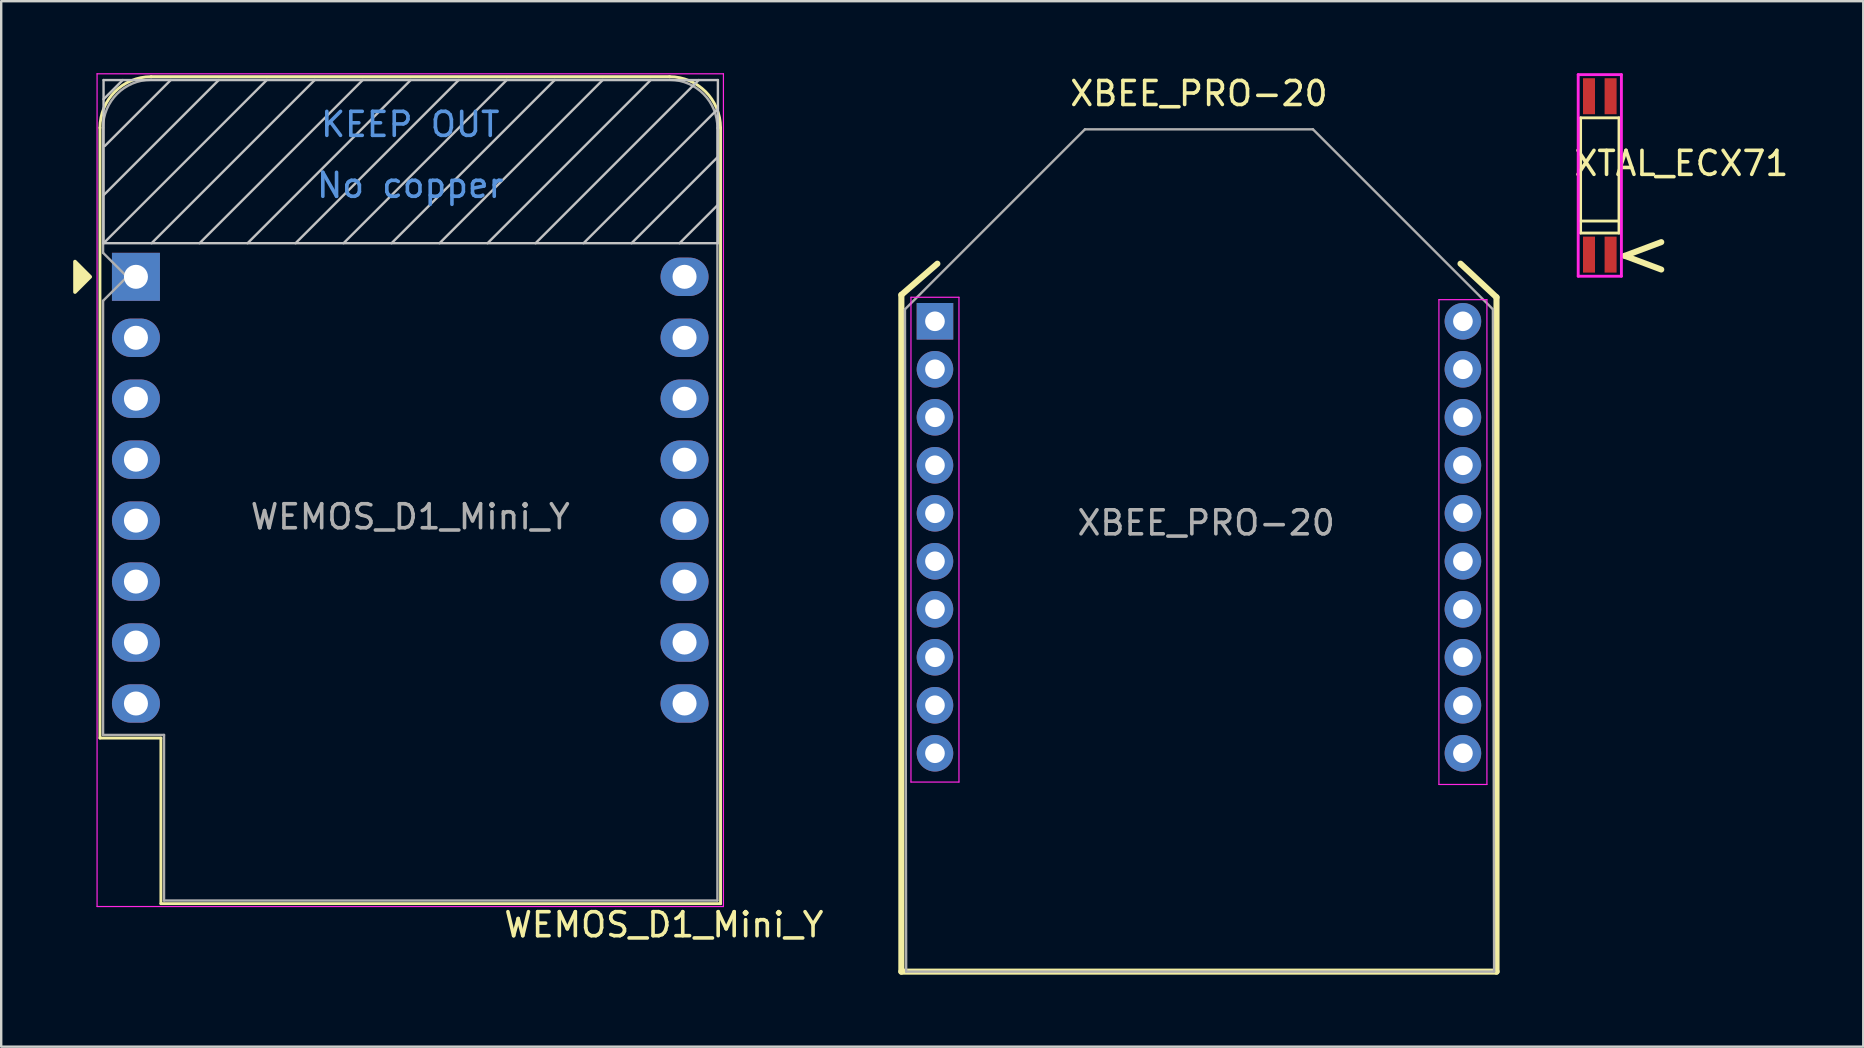
<source format=kicad_pcb>
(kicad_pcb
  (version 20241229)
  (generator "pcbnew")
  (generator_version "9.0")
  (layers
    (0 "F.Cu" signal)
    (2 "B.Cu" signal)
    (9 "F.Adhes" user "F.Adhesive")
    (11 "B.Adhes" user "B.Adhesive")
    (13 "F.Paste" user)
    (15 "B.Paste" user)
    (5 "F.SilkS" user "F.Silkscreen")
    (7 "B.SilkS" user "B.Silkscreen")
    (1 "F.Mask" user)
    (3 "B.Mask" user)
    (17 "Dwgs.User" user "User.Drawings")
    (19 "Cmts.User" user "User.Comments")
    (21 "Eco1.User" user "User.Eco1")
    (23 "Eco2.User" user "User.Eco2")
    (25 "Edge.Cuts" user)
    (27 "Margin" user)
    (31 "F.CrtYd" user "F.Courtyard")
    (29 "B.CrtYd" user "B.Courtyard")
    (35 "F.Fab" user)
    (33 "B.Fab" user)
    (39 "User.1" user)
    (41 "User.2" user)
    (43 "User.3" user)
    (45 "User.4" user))
  (footprint "XTAL_ECX71"
    (layer "F.Cu")
    (at 63.614 4.26)
    (property "Reference" "XTAL_ECX71" (at 3.4 -0.5 0) (layer "F.SilkS") (effects (font (size 1 1) (thickness 0.15))))
    (attr through_hole)
    (fp_line (start -0.8 -2.4) (end 0.8 -2.4) (stroke (width 0.12) (type solid)) (layer "F.SilkS"))
    (fp_line (start -0.8 1.9) (end 0.8 1.9) (stroke (width 0.12) (type solid)) (layer "F.SilkS"))
    (fp_line (start -0.8 2.4) (end -0.8 -2.4) (stroke (width 0.12) (type solid)) (layer "F.SilkS"))
    (fp_line (start 0.8 -2.4) (end 0.8 2.4) (stroke (width 0.12) (type solid)) (layer "F.SilkS"))
    (fp_line (start 0.8 2.4) (end -0.8 2.4) (stroke (width 0.12) (type solid)) (layer "F.SilkS"))
    (fp_line (start -0.9 -4.2) (end -0.9 4.2) (stroke (width 0.12) (type solid)) (layer "F.CrtYd"))
    (fp_line (start -0.9 4.2) (end 0.9 4.2) (stroke (width 0.12) (type solid)) (layer "F.CrtYd"))
    (fp_line (start 0.9 -4.2) (end -0.9 -4.2) (stroke (width 0.12) (type solid)) (layer "F.CrtYd"))
    (fp_line (start 0.9 4.2) (end 0.9 -4.2) (stroke (width 0.12) (type solid)) (layer "F.CrtYd"))
    (fp_text user "<" (at 1.8 3.2 0) (layer "F.SilkS") (effects (font (size 2 2) (thickness 0.25))))
    (pad "1" smd rect (at 0.45 3.3) (size 0.5 1.5) (layers "F.Cu" "F.Mask" "F.Paste"))
    (pad "2" smd rect (at 0.45 -3.3) (size 0.5 1.5) (layers "F.Cu" "F.Mask" "F.Paste"))
    (pad "3" smd rect (at -0.45 -3.3) (size 0.5 1.5) (layers "F.Cu" "F.Mask" "F.Paste"))
    (pad "4" smd rect (at -0.45 3.3) (size 0.5 1.5) (layers "F.Cu" "F.Mask" "F.Paste")))
  (footprint "WEMOS_D1_Mini_Y"
    (layer "F.Cu")
    (at 2.615 8.485)
    (property "Reference" "WEMOS_D1_Mini_Y" (at 22 27 0) (layer "F.SilkS") (effects (font (size 1 1) (thickness 0.15))))
    (attr through_hole)
    (fp_line (start -1.5 19.22) (end -1.5 -6.21) (stroke (width 0.12) (type solid)) (layer "F.SilkS"))
    (fp_line (start -1.5 19.22) (end 1.04 19.22) (stroke (width 0.12) (type solid)) (layer "F.SilkS"))
    (fp_line (start 1.04 19.22) (end 1.04 26.12) (stroke (width 0.12) (type solid)) (layer "F.SilkS"))
    (fp_line (start 1.04 26.12) (end 24.36 26.12) (stroke (width 0.12) (type solid)) (layer "F.SilkS"))
    (fp_line (start 22.24 -8.34) (end 0.63 -8.34) (stroke (width 0.12) (type solid)) (layer "F.SilkS"))
    (fp_line (start 24.36 26.12) (end 24.36 -6.21) (stroke (width 0.12) (type solid)) (layer "F.SilkS"))
    (fp_arc (start -1.5 -6.21) (mid -0.876137 -7.716137) (end 0.63 -8.34) (stroke (width 0.12) (type solid)) (layer "F.SilkS"))
    (fp_arc (start 22.23 -8.34) (mid 23.736137 -7.716137) (end 24.36 -6.21) (stroke (width 0.12) (type solid)) (layer "F.SilkS"))
    (fp_poly (pts (xy -2.54 -0.635) (xy -2.54 0.635) (xy -1.905 0)) (stroke (width 0.15) (type solid)) (fill yes) (layer "F.SilkS"))
    (fp_line (start -1.35 -8.2) (end -1.35 -1.4) (stroke (width 0.1) (type solid)) (layer "Dwgs.User"))
    (fp_line (start -1.35 -7.4) (end -0.55 -8.2) (stroke (width 0.1) (type solid)) (layer "Dwgs.User"))
    (fp_line (start -1.35 -3.4) (end 3.45 -8.2) (stroke (width 0.1) (type solid)) (layer "Dwgs.User"))
    (fp_line (start -1.35 -1.4) (end 5.45 -8.2) (stroke (width 0.1) (type solid)) (layer "Dwgs.User"))
    (fp_line (start -1.35 -1.4) (end 24.25 -1.4) (stroke (width 0.1) (type solid)) (layer "Dwgs.User"))
    (fp_line (start -1.3 -5.45) (end 1.45 -8.2) (stroke (width 0.1) (type solid)) (layer "Dwgs.User"))
    (fp_line (start 0.65 -1.4) (end 7.45 -8.2) (stroke (width 0.1) (type solid)) (layer "Dwgs.User"))
    (fp_line (start 2.65 -1.4) (end 9.45 -8.2) (stroke (width 0.1) (type solid)) (layer "Dwgs.User"))
    (fp_line (start 4.65 -1.4) (end 11.45 -8.2) (stroke (width 0.1) (type solid)) (layer "Dwgs.User"))
    (fp_line (start 6.65 -1.4) (end 13.45 -8.2) (stroke (width 0.1) (type solid)) (layer "Dwgs.User"))
    (fp_line (start 8.65 -1.4) (end 15.45 -8.2) (stroke (width 0.1) (type solid)) (layer "Dwgs.User"))
    (fp_line (start 10.65 -1.4) (end 17.45 -8.2) (stroke (width 0.1) (type solid)) (layer "Dwgs.User"))
    (fp_line (start 12.65 -1.4) (end 19.45 -8.2) (stroke (width 0.1) (type solid)) (layer "Dwgs.User"))
    (fp_line (start 14.65 -1.4) (end 21.45 -8.2) (stroke (width 0.1) (type solid)) (layer "Dwgs.User"))
    (fp_line (start 16.65 -1.4) (end 23.45 -8.2) (stroke (width 0.1) (type solid)) (layer "Dwgs.User"))
    (fp_line (start 18.65 -1.4) (end 24.25 -7) (stroke (width 0.1) (type solid)) (layer "Dwgs.User"))
    (fp_line (start 20.65 -1.4) (end 24.25 -5) (stroke (width 0.1) (type solid)) (layer "Dwgs.User"))
    (fp_line (start 22.65 -1.4) (end 24.25 -3) (stroke (width 0.1) (type solid)) (layer "Dwgs.User"))
    (fp_line (start 24.25 -8.2) (end -1.35 -8.2) (stroke (width 0.1) (type solid)) (layer "Dwgs.User"))
    (fp_line (start 24.25 -1.4) (end 24.25 -8.2) (stroke (width 0.1) (type solid)) (layer "Dwgs.User"))
    (fp_line (start -1.62 -8.46) (end 24.48 -8.46) (stroke (width 0.05) (type solid)) (layer "F.CrtYd"))
    (fp_line (start -1.62 26.24) (end -1.62 -8.46) (stroke (width 0.05) (type solid)) (layer "F.CrtYd"))
    (fp_line (start 24.48 -8.46) (end 24.48 26.24) (stroke (width 0.05) (type solid)) (layer "F.CrtYd"))
    (fp_line (start 24.48 26.24) (end -1.62 26.24) (stroke (width 0.05) (type solid)) (layer "F.CrtYd"))
    (fp_line (start -1.37 -6.21) (end -1.37 -1) (stroke (width 0.1) (type solid)) (layer "F.Fab"))
    (fp_line (start -1.37 1) (end -1.37 19.09) (stroke (width 0.1) (type solid)) (layer "F.Fab"))
    (fp_line (start -1.37 1) (end -0.37 0) (stroke (width 0.1) (type solid)) (layer "F.Fab"))
    (fp_line (start -1.37 19.09) (end 1.17 19.09) (stroke (width 0.1) (type solid)) (layer "F.Fab"))
    (fp_line (start -0.37 0) (end -1.37 -1) (stroke (width 0.1) (type solid)) (layer "F.Fab"))
    (fp_line (start 1.17 19.09) (end 1.17 25.99) (stroke (width 0.1) (type solid)) (layer "F.Fab"))
    (fp_line (start 1.17 25.99) (end 24.23 25.99) (stroke (width 0.1) (type solid)) (layer "F.Fab"))
    (fp_line (start 22.23 -8.21) (end 0.63 -8.21) (stroke (width 0.1) (type solid)) (layer "F.Fab"))
    (fp_line (start 24.23 25.99) (end 24.23 -6.21) (stroke (width 0.1) (type solid)) (layer "F.Fab"))
    (fp_arc (start -1.37 -6.21) (mid -0.784214 -7.624214) (end 0.63 -8.21) (stroke (width 0.1) (type solid)) (layer "F.Fab"))
    (fp_arc (start 22.25 -8.21) (mid 23.658356 -7.610071) (end 24.23 -6.19) (stroke (width 0.1) (type solid)) (layer "F.Fab"))
    (fp_text user "No copper" (at 11.43 -3.81 0) (layer "Cmts.User") (effects (font (size 1 1) (thickness 0.15))))
    (fp_text user "KEEP OUT" (at 11.43 -6.35 0) (layer "Cmts.User") (effects (font (size 1 1) (thickness 0.15))))
    (fp_text user "${REFERENCE}" (at 11.43 10 0) (layer "F.Fab") (effects (font (size 1 1) (thickness 0.15))))
    (pad "1" thru_hole rect (at 0 0) (size 2 2) (drill 1) (layers "*.Cu" "*.Mask"))
    (pad "2" thru_hole oval (at 0 2.54) (size 2 1.6) (drill 1) (layers "*.Cu" "*.Mask"))
    (pad "3" thru_hole oval (at 0 5.08) (size 2 1.6) (drill 1) (layers "*.Cu" "*.Mask"))
    (pad "4" thru_hole oval (at 0 7.62) (size 2 1.6) (drill 1) (layers "*.Cu" "*.Mask"))
    (pad "5" thru_hole oval (at 0 10.16) (size 2 1.6) (drill 1) (layers "*.Cu" "*.Mask"))
    (pad "6" thru_hole oval (at 0 12.7) (size 2 1.6) (drill 1) (layers "*.Cu" "*.Mask"))
    (pad "7" thru_hole oval (at 0 15.24) (size 2 1.6) (drill 1) (layers "*.Cu" "*.Mask"))
    (pad "8" thru_hole oval (at 0 17.78) (size 2 1.6) (drill 1) (layers "*.Cu" "*.Mask"))
    (pad "9" thru_hole oval (at 22.86 17.78) (size 2 1.6) (drill 1) (layers "*.Cu" "*.Mask"))
    (pad "10" thru_hole oval (at 22.86 15.24) (size 2 1.6) (drill 1) (layers "*.Cu" "*.Mask"))
    (pad "11" thru_hole oval (at 22.86 12.7) (size 2 1.6) (drill 1) (layers "*.Cu" "*.Mask"))
    (pad "12" thru_hole oval (at 22.86 10.16) (size 2 1.6) (drill 1) (layers "*.Cu" "*.Mask"))
    (pad "13" thru_hole oval (at 22.86 7.62) (size 2 1.6) (drill 1) (layers "*.Cu" "*.Mask"))
    (pad "14" thru_hole oval (at 22.86 5.08) (size 2 1.6) (drill 1) (layers "*.Cu" "*.Mask"))
    (pad "15" thru_hole oval (at 22.86 2.54) (size 2 1.6) (drill 1) (layers "*.Cu" "*.Mask"))
    (pad "16" thru_hole oval (at 22.86 0) (size 2 1.6) (drill 1) (layers "*.Cu" "*.Mask")))
  (footprint "XBEE_PRO-20"
    (layer "F.Cu")
    (at 46.91 19.338)
    (property "Reference" "XBEE_PRO-20" (at 0 -18.49 0) (layer "F.SilkS") (effects (font (size 1 1) (thickness 0.15))))
    (attr through_hole)
    (fp_line (start -12.4 -10.1) (end -12.4 18.1) (stroke (width 0.254) (type solid)) (layer "F.SilkS"))
    (fp_line (start -12.4 18.1) (end 12.4 18.1) (stroke (width 0.254) (type solid)) (layer "F.SilkS"))
    (fp_line (start -10.9 -11.4) (end -12.4 -10.1) (stroke (width 0.254) (type solid)) (layer "F.SilkS"))
    (fp_line (start 12.4 -10) (end 10.9 -11.4) (stroke (width 0.254) (type solid)) (layer "F.SilkS"))
    (fp_line (start 12.4 18.1) (end 12.4 -10) (stroke (width 0.254) (type solid)) (layer "F.SilkS"))
    (fp_line (start -12 -10) (end -12 10.2) (stroke (width 0.05) (type solid)) (layer "F.CrtYd"))
    (fp_line (start -12 10.2) (end -10 10.2) (stroke (width 0.05) (type solid)) (layer "F.CrtYd"))
    (fp_line (start -10 -10) (end -12 -10) (stroke (width 0.05) (type solid)) (layer "F.CrtYd"))
    (fp_line (start -10 10.2) (end -10 -10) (stroke (width 0.05) (type solid)) (layer "F.CrtYd"))
    (fp_line (start 10 -9.9) (end 10 10.3) (stroke (width 0.05) (type solid)) (layer "F.CrtYd"))
    (fp_line (start 10 10.3) (end 12 10.3) (stroke (width 0.05) (type solid)) (layer "F.CrtYd"))
    (fp_line (start 12 -9.9) (end 10 -9.9) (stroke (width 0.05) (type solid)) (layer "F.CrtYd"))
    (fp_line (start 12 10.3) (end 12 -9.9) (stroke (width 0.05) (type solid)) (layer "F.CrtYd"))
    (fp_line (start -12.25 -9.5) (end -12.2 18.1) (stroke (width 0.1) (type solid)) (layer "F.Fab"))
    (fp_line (start -12.25 -9.5) (end -4.75 -17) (stroke (width 0.1) (type solid)) (layer "F.Fab"))
    (fp_line (start -12.2 18.1) (end 12.3 18.1) (stroke (width 0.1) (type solid)) (layer "F.Fab"))
    (fp_line (start -4.75 -17) (end 4.75 -17) (stroke (width 0.1) (type solid)) (layer "F.Fab"))
    (fp_line (start 4.75 -17) (end 12.25 -9.5) (stroke (width 0.1) (type solid)) (layer "F.Fab"))
    (fp_line (start 12.25 -9.5) (end 12.3 18.1) (stroke (width 0.1) (type solid)) (layer "F.Fab"))
    (fp_text user "${REFERENCE}" (at 0.3 -0.6 0) (layer "F.Fab") (effects (font (size 1 1) (thickness 0.15))))
    (pad "1" thru_hole rect (at -11 -9) (size 1.524 1.524) (drill 0.818) (layers "*.Cu" "*.Mask"))
    (pad "2" thru_hole circle (at -11 -7) (size 1.524 1.524) (drill 0.818) (layers "*.Cu" "*.Mask"))
    (pad "3" thru_hole circle (at -11 -5) (size 1.524 1.524) (drill 0.818) (layers "*.Cu" "*.Mask"))
    (pad "4" thru_hole circle (at -11 -3) (size 1.524 1.524) (drill 0.818) (layers "*.Cu" "*.Mask"))
    (pad "5" thru_hole circle (at -11 -1) (size 1.524 1.524) (drill 0.818) (layers "*.Cu" "*.Mask"))
    (pad "6" thru_hole circle (at -11 1) (size 1.524 1.524) (drill 0.818) (layers "*.Cu" "*.Mask"))
    (pad "7" thru_hole circle (at -11 3) (size 1.524 1.524) (drill 0.818) (layers "*.Cu" "*.Mask"))
    (pad "8" thru_hole circle (at -11 5) (size 1.524 1.524) (drill 0.818) (layers "*.Cu" "*.Mask"))
    (pad "9" thru_hole circle (at -11 7) (size 1.524 1.524) (drill 0.818) (layers "*.Cu" "*.Mask"))
    (pad "10" thru_hole circle (at -11 9) (size 1.524 1.524) (drill 0.818) (layers "*.Cu" "*.Mask"))
    (pad "11" thru_hole circle (at 11 9) (size 1.524 1.524) (drill 0.818) (layers "*.Cu" "*.Mask"))
    (pad "12" thru_hole circle (at 11 7) (size 1.524 1.524) (drill 0.818) (layers "*.Cu" "*.Mask"))
    (pad "13" thru_hole circle (at 11 5) (size 1.524 1.524) (drill 0.818) (layers "*.Cu" "*.Mask"))
    (pad "14" thru_hole circle (at 11 3) (size 1.524 1.524) (drill 0.818) (layers "*.Cu" "*.Mask"))
    (pad "15" thru_hole circle (at 11 1) (size 1.524 1.524) (drill 0.818) (layers "*.Cu" "*.Mask"))
    (pad "16" thru_hole circle (at 11 -1) (size 1.524 1.524) (drill 0.818) (layers "*.Cu" "*.Mask"))
    (pad "17" thru_hole circle (at 11 -3) (size 1.524 1.524) (drill 0.818) (layers "*.Cu" "*.Mask"))
    (pad "18" thru_hole circle (at 11 -5) (size 1.524 1.524) (drill 0.818) (layers "*.Cu" "*.Mask"))
    (pad "19" thru_hole circle (at 11 -7) (size 1.524 1.524) (drill 0.818) (layers "*.Cu" "*.Mask"))
    (pad "20" thru_hole circle (at 11 -9) (size 1.524 1.524) (drill 0.818) (layers "*.Cu" "*.Mask")))
  (gr_rect
    (start -3 -3)
    (end 74.592 40.565)
    (stroke (width 0.1) (type default))
    (fill no)
    (layer "Edge.Cuts")))
</source>
